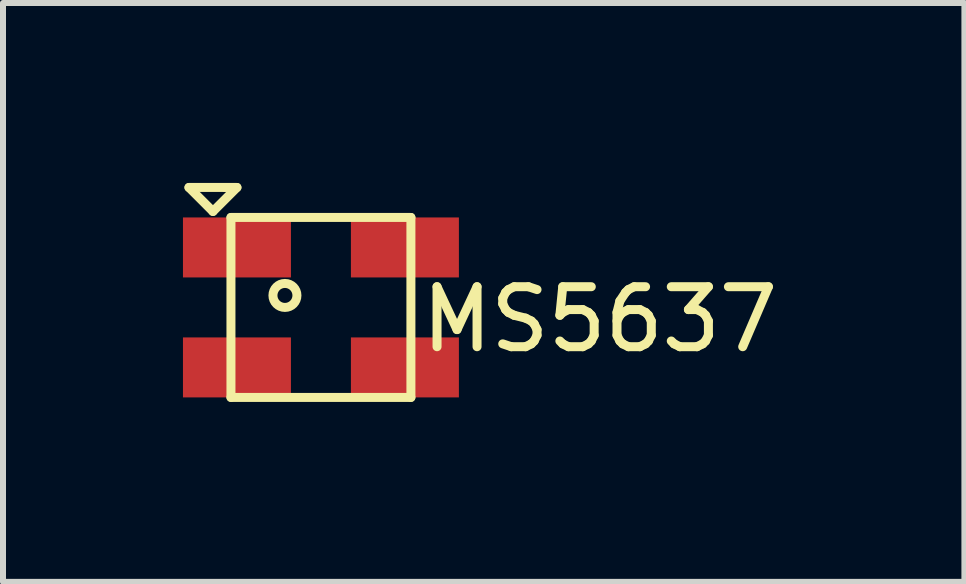
<source format=kicad_pcb>
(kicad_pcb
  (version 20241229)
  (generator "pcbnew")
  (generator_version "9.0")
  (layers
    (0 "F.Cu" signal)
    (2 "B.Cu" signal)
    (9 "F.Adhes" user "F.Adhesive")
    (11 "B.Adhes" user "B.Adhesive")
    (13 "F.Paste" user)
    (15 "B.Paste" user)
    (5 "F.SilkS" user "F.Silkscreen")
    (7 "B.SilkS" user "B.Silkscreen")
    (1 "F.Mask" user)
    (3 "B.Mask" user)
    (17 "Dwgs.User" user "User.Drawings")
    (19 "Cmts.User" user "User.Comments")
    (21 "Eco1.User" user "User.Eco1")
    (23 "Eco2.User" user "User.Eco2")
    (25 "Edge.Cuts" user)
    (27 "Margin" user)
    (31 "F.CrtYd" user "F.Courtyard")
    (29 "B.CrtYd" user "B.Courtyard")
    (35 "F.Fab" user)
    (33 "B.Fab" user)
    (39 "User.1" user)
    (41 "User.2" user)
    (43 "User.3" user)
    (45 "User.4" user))
  (footprint "MS5637"
    (layer "F.Cu")
    (at 2.3 2.075)
    (property "Reference" "MS5637" (at 4.65 0.2 0) (layer "F.SilkS") (effects (font (size 1 1) (thickness 0.15))))
    (attr through_hole)
    (fp_line (start -2.2 -2) (end -1.6 -2) (stroke (width 0.15) (type solid)) (layer "F.SilkS"))
    (fp_line (start -1.8 -1.6) (end -2.2 -2) (stroke (width 0.15) (type solid)) (layer "F.SilkS"))
    (fp_line (start -1.6 -2) (end -1.4 -2) (stroke (width 0.15) (type solid)) (layer "F.SilkS"))
    (fp_line (start -1.5 -1.5) (end 1.5 -1.5) (stroke (width 0.15) (type solid)) (layer "F.SilkS"))
    (fp_line (start -1.5 1.5) (end -1.5 -1.5) (stroke (width 0.15) (type solid)) (layer "F.SilkS"))
    (fp_line (start -1.4 -2) (end -1.8 -1.6) (stroke (width 0.15) (type solid)) (layer "F.SilkS"))
    (fp_line (start 1.5 -1.5) (end 1.5 1.5) (stroke (width 0.15) (type solid)) (layer "F.SilkS"))
    (fp_line (start 1.5 1.5) (end -1.5 1.5) (stroke (width 0.15) (type solid)) (layer "F.SilkS"))
    (fp_circle (center -0.6 -0.2) (end -0.4 -0.2) (stroke (width 0.15) (type solid)) (fill no) (layer "F.SilkS"))
    (pad "1" smd rect (at -1.4 -1) (size 1.8 1) (layers "F.Cu" "F.Mask" "F.Paste"))
    (pad "2" smd rect (at -1.4 1) (size 1.8 1) (layers "F.Cu" "F.Mask" "F.Paste"))
    (pad "3" smd rect (at 1.4 1) (size 1.8 1) (layers "F.Cu" "F.Mask" "F.Paste"))
    (pad "4" smd rect (at 1.4 -1) (size 1.8 1) (layers "F.Cu" "F.Mask" "F.Paste")))
  (gr_rect
    (start -3 -3)
    (end 13.027 6.65)
    (stroke (width 0.1) (type default))
    (fill no)
    (layer "Edge.Cuts")))
</source>
